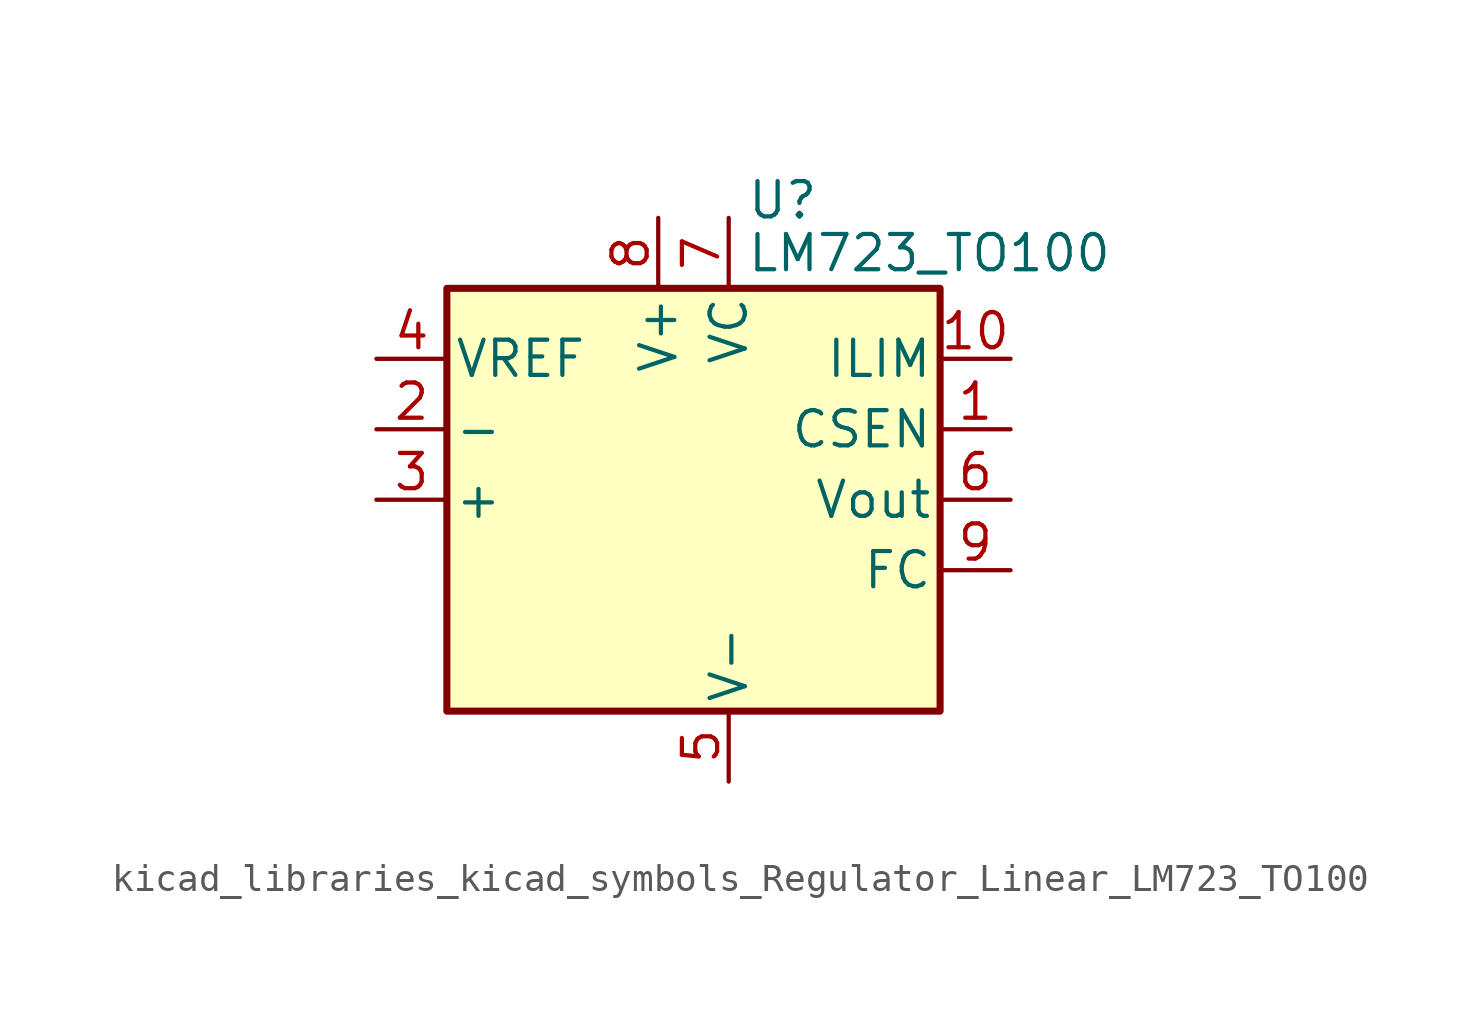
<source format=kicad_sym>
(kicad_symbol_lib
  (version 20220914)
  (generator kicad_symbol_editor)
  (symbol "kicad_libraries_kicad_symbols_Regulator_Linear_LM723_TO100"
    (pin_names
      (offset 0.254))
    (property "Reference" "U"
      (at 0.635 10.795 0)
      (effects (font (size 1.27 1.27)) (justify left)))
    (property "Value" "LM723_TO100"
      (at 0.635 8.89 0)
      (effects (font (size 1.27 1.27)) (justify left)))
    (symbol "kicad_libraries_kicad_symbols_Regulator_Linear_LM723_TO100_0_1"
      (rectangle (start -10.16 -7.62) (end 7.62 7.62) (stroke (width 0.254) (type default)) (fill (type background))))
    (symbol "kicad_libraries_kicad_symbols_Regulator_Linear_LM723_TO100_1_1"
      (pin input line (at 10.16 2.54 180) (length 2.54) (name "CSEN" (effects (font (size 1.27 1.27)))) (number "1" (effects (font (size 1.27 1.27)))))
      (pin input line (at 10.16 5.08 180) (length 2.54) (name "ILIM" (effects (font (size 1.27 1.27)))) (number "10" (effects (font (size 1.27 1.27)))))
      (pin input line (at -12.7 2.54 0) (length 2.54) (name "-" (effects (font (size 1.27 1.27)))) (number "2" (effects (font (size 1.27 1.27)))))
      (pin input line (at -12.7 0 0) (length 2.54) (name "+" (effects (font (size 1.27 1.27)))) (number "3" (effects (font (size 1.27 1.27)))))
      (pin power_out line (at -12.7 5.08 0) (length 2.54) (name "VREF" (effects (font (size 1.27 1.27)))) (number "4" (effects (font (size 1.27 1.27)))))
      (pin power_in line (at 0 -10.16 90) (length 2.54) (name "V-" (effects (font (size 1.27 1.27)))) (number "5" (effects (font (size 1.27 1.27)))))
      (pin power_out line (at 10.16 0 180) (length 2.54) (name "Vout" (effects (font (size 1.27 1.27)))) (number "6" (effects (font (size 1.27 1.27)))))
      (pin power_in line (at 0 10.16 270) (length 2.54) (name "VC" (effects (font (size 1.27 1.27)))) (number "7" (effects (font (size 1.27 1.27)))))
      (pin power_in line (at -2.54 10.16 270) (length 2.54) (name "V+" (effects (font (size 1.27 1.27)))) (number "8" (effects (font (size 1.27 1.27)))))
      (pin input line (at 10.16 -2.54 180) (length 2.54) (name "FC" (effects (font (size 1.27 1.27)))) (number "9" (effects (font (size 1.27 1.27))))))))
</source>
